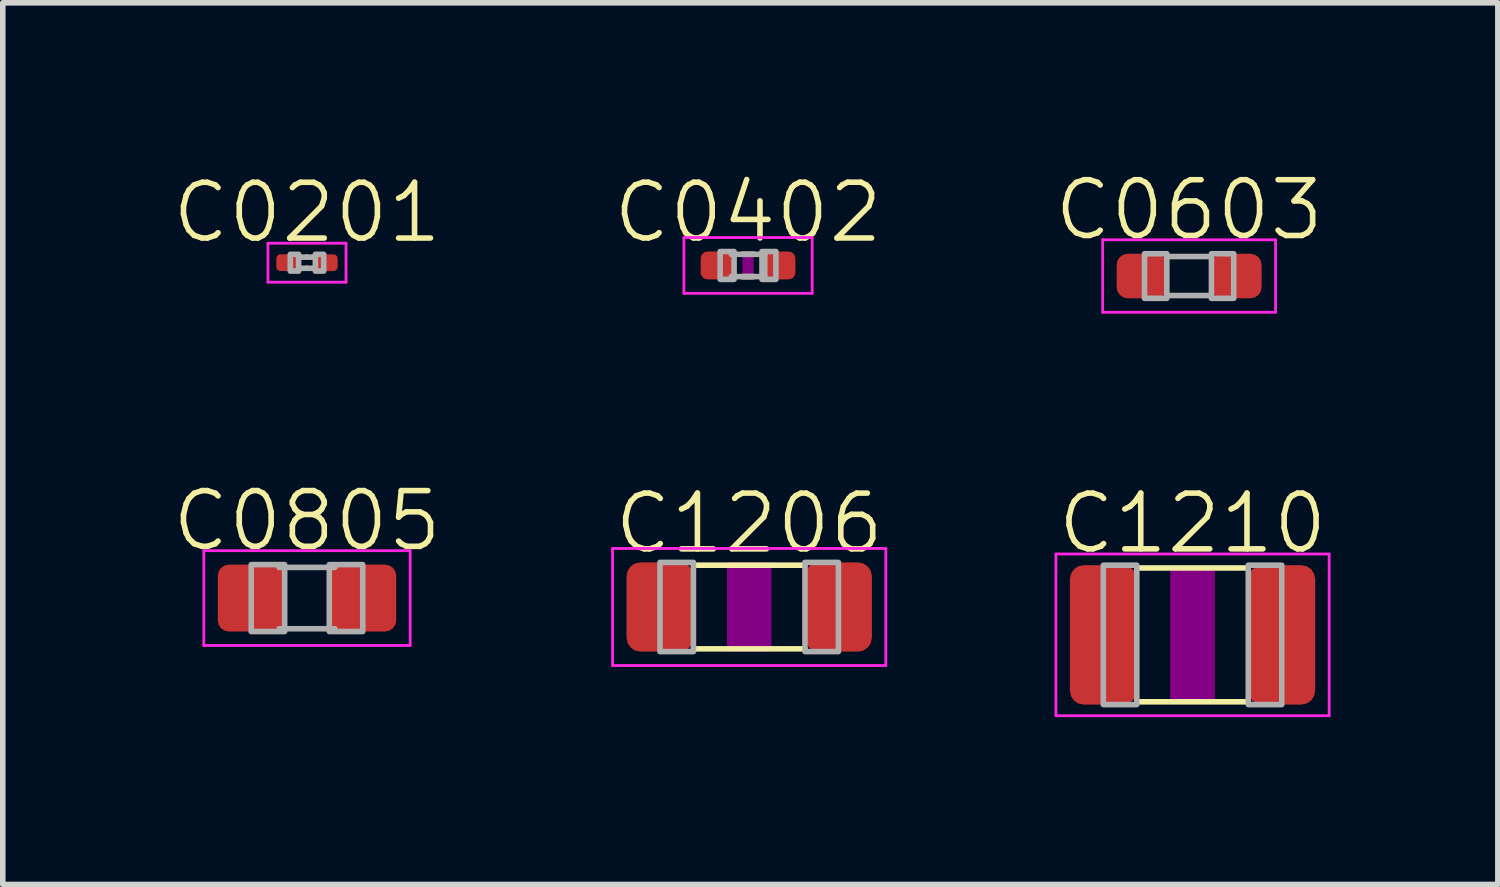
<source format=kicad_pcb>
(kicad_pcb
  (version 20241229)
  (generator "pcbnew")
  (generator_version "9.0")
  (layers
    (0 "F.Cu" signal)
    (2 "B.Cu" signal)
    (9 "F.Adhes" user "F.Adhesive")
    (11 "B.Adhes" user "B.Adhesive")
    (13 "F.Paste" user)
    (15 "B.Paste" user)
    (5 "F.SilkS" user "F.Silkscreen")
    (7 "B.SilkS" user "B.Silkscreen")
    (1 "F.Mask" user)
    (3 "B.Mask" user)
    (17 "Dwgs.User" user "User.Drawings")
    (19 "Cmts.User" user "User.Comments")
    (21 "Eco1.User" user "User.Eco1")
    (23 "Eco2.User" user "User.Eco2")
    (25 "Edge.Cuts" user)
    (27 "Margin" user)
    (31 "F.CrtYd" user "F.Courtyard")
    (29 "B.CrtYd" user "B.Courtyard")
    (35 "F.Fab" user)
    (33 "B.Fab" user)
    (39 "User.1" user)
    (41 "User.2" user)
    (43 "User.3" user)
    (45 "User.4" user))
  (footprint "C1206"
    (layer "F.Cu")
    (at 10.385 7.835)
    (property "Reference" "C1206" (at 0 -1.5 0) (layer "F.SilkS") (effects (font (size 1 1) (thickness 0.1))))
    (attr smd)
    (fp_line (start -1 -0.75) (end 1 -0.75) (stroke (width 0.1) (type solid)) (layer "F.SilkS"))
    (fp_line (start 1 0.75) (end -1 0.75) (stroke (width 0.1) (type solid)) (layer "F.SilkS"))
    (fp_poly (pts (xy -0.4 0.8) (xy 0.4 0.8) (xy 0.4 -0.8) (xy -0.4 -0.8)) (stroke (width 0) (type solid)) (fill yes) (layer "F.Adhes"))
    (fp_line (start -2.45 -1.05) (end 2.45 -1.05) (stroke (width 0.05) (type solid)) (layer "F.CrtYd"))
    (fp_line (start -2.45 1.05) (end -2.45 -1.05) (stroke (width 0.05) (type solid)) (layer "F.CrtYd"))
    (fp_line (start 2.45 -1.05) (end 2.45 1.05) (stroke (width 0.05) (type solid)) (layer "F.CrtYd"))
    (fp_line (start 2.45 1.05) (end -2.45 1.05) (stroke (width 0.05) (type solid)) (layer "F.CrtYd"))
    (fp_poly (pts (xy -1.6 0.8) (xy -1 0.8) (xy -1 -0.8) (xy -1.6 -0.8)) (stroke (width 0.1) (type solid)) (fill no) (layer "F.Fab"))
    (fp_poly (pts (xy 1 0.8) (xy 1.6 0.8) (xy 1.6 -0.8) (xy 1 -0.8)) (stroke (width 0.1) (type solid)) (fill no) (layer "F.Fab"))
    (pad "1" smd roundrect (at -1.6 0) (size 1.2 1.6) (layers "F.Cu" "F.Mask" "F.Paste") (roundrect_rratio 0.208))
    (pad "2" smd roundrect (at 1.6 0) (size 1.2 1.6) (layers "F.Cu" "F.Mask" "F.Paste") (roundrect_rratio 0.208)))
  (footprint "C0805"
    (layer "F.Cu")
    (at 2.455 7.675)
    (property "Reference" "C0805" (at 0 -0.8 0) (layer "F.SilkS") (effects (font (size 1 1) (thickness 0.1)) (justify bottom)))
    (attr through_hole)
    (fp_line (start -1.85 -0.85) (end 1.85 -0.85) (stroke (width 0.05) (type solid)) (layer "F.CrtYd"))
    (fp_line (start -1.85 0.85) (end -1.85 -0.85) (stroke (width 0.05) (type solid)) (layer "F.CrtYd"))
    (fp_line (start 1.85 -0.85) (end 1.85 0.85) (stroke (width 0.05) (type solid)) (layer "F.CrtYd"))
    (fp_line (start 1.85 0.85) (end -1.85 0.85) (stroke (width 0.05) (type solid)) (layer "F.CrtYd"))
    (fp_line (start -0.5 -0.55) (end 0.5 -0.55) (stroke (width 0.1) (type solid)) (layer "F.Fab"))
    (fp_line (start 0.5 0.55) (end -0.5 0.55) (stroke (width 0.1) (type solid)) (layer "F.Fab"))
    (fp_poly (pts (xy -1 0.6) (xy -0.4 0.6) (xy -0.4 -0.6) (xy -1 -0.6)) (stroke (width 0.1) (type solid)) (fill no) (layer "F.Fab"))
    (fp_poly (pts (xy 0.4 0.6) (xy 1 0.6) (xy 1 -0.6) (xy 0.4 -0.6)) (stroke (width 0.1) (type solid)) (fill no) (layer "F.Fab"))
    (pad "1" smd roundrect (at -1 0) (size 1.2 1.2) (layers "F.Cu" "F.Mask" "F.Paste") (roundrect_rratio 0.167))
    (pad "2" smd roundrect (at 1 0) (size 1.2 1.2) (layers "F.Cu" "F.Mask" "F.Paste") (roundrect_rratio 0.167)))
  (footprint "C0402"
    (layer "F.Cu")
    (at 10.364 1.71)
    (property "Reference" "C0402" (at 0 -0.95 0) (layer "F.SilkS") (effects (font (size 1 1) (thickness 0.1))))
    (attr smd)
    (fp_line (start -0.1 0.2) (end 0.1 0.2) (stroke (width 0.1) (type solid)) (layer "F.SilkS"))
    (fp_line (start 0.1 -0.2) (end -0.1 -0.2) (stroke (width 0.1) (type solid)) (layer "F.SilkS"))
    (fp_poly (pts (xy -0.1 0.25) (xy 0.1 0.25) (xy 0.1 -0.25) (xy -0.1 -0.25)) (stroke (width 0) (type solid)) (fill yes) (layer "F.Adhes"))
    (fp_line (start -1.15 -0.5) (end 1.15 -0.5) (stroke (width 0.05) (type solid)) (layer "F.CrtYd"))
    (fp_line (start -1.15 0.5) (end -1.15 -0.5) (stroke (width 0.05) (type solid)) (layer "F.CrtYd"))
    (fp_line (start 1.15 -0.5) (end 1.15 0.5) (stroke (width 0.05) (type solid)) (layer "F.CrtYd"))
    (fp_line (start 1.15 0.5) (end -1.15 0.5) (stroke (width 0.05) (type solid)) (layer "F.CrtYd"))
    (fp_line (start -0.3 -0.2) (end 0.3 -0.2) (stroke (width 0.1) (type default)) (layer "F.Fab"))
    (fp_line (start 0.3 -0.2) (end 0.3 0.2) (stroke (width 0.1) (type default)) (layer "F.Fab"))
    (fp_line (start 0.3 0.2) (end -0.3 0.2) (stroke (width 0.1) (type default)) (layer "F.Fab"))
    (fp_poly (pts (xy -0.5 0.25) (xy -0.25 0.25) (xy -0.25 -0.25) (xy -0.5 -0.25)) (stroke (width 0.1) (type solid)) (fill no) (layer "F.Fab"))
    (fp_poly (pts (xy 0.25 0.25) (xy 0.5 0.25) (xy 0.5 -0.25) (xy 0.25 -0.25)) (stroke (width 0.1) (type solid)) (fill no) (layer "F.Fab"))
    (pad "1" smd roundrect (at -0.55 0) (size 0.6 0.5) (layers "F.Cu" "F.Mask" "F.Paste") (roundrect_rratio 0.25))
    (pad "2" smd roundrect (at 0.55 0) (size 0.6 0.5) (layers "F.Cu" "F.Mask" "F.Paste") (roundrect_rratio 0.25)))
  (footprint "C0201"
    (layer "F.Cu")
    (at 2.455 1.661)
    (property "Reference" "C0201" (at 0 -0.9 0) (layer "F.SilkS") (effects (font (size 1 1) (thickness 0.1))))
    (attr smd)
    (fp_line (start 0 -0.1) (end 0 -0.1) (stroke (width 0.1) (type default)) (layer "F.SilkS"))
    (fp_line (start 0 0.1) (end 0 0.1) (stroke (width 0.1) (type default)) (layer "F.SilkS"))
    (fp_line (start -0.7 -0.35) (end 0.7 -0.35) (stroke (width 0.05) (type solid)) (layer "F.CrtYd"))
    (fp_line (start -0.7 0.35) (end -0.7 -0.35) (stroke (width 0.05) (type solid)) (layer "F.CrtYd"))
    (fp_line (start 0.7 -0.35) (end 0.7 0.35) (stroke (width 0.05) (type solid)) (layer "F.CrtYd"))
    (fp_line (start 0.7 0.35) (end -0.7 0.35) (stroke (width 0.05) (type solid)) (layer "F.CrtYd"))
    (fp_line (start -0.15 -0.1) (end 0.15 -0.1) (stroke (width 0.1) (type default)) (layer "F.Fab"))
    (fp_line (start -0.15 0.1) (end 0.15 0.1) (stroke (width 0.1) (type default)) (layer "F.Fab"))
    (fp_rect (start -0.3 -0.15) (end -0.15 0.15) (stroke (width 0.1) (type solid)) (fill no) (layer "F.Fab"))
    (fp_rect (start 0.15 -0.15) (end 0.3 0.15) (stroke (width 0.1) (type solid)) (fill no) (layer "F.Fab"))
    (pad "1" smd roundrect (at -0.35 0) (size 0.4 0.3) (layers "F.Cu" "F.Mask" "F.Paste") (roundrect_rratio 0.25))
    (pad "2" smd roundrect (at 0.35 0) (size 0.4 0.3) (layers "F.Cu" "F.Mask" "F.Paste") (roundrect_rratio 0.25)))
  (footprint "C0603"
    (layer "F.Cu")
    (at 18.274 1.9)
    (property "Reference" "C0603" (at 0 -0.6 0) (layer "F.SilkS") (effects (font (size 1 1) (thickness 0.1)) (justify bottom)))
    (attr through_hole)
    (fp_line (start -1.55 -0.65) (end -1.55 0.65) (stroke (width 0.05) (type solid)) (layer "F.CrtYd"))
    (fp_line (start -1.55 0.65) (end 1.55 0.65) (stroke (width 0.05) (type solid)) (layer "F.CrtYd"))
    (fp_line (start 1.55 -0.65) (end -1.55 -0.65) (stroke (width 0.05) (type solid)) (layer "F.CrtYd"))
    (fp_line (start 1.55 0.65) (end 1.55 -0.65) (stroke (width 0.05) (type solid)) (layer "F.CrtYd"))
    (fp_line (start -0.4 -0.35) (end 0.4 -0.35) (stroke (width 0.1) (type solid)) (layer "F.Fab"))
    (fp_line (start 0.4 0.35) (end -0.4 0.35) (stroke (width 0.1) (type solid)) (layer "F.Fab"))
    (fp_poly (pts (xy -0.8 0.4) (xy -0.4 0.4) (xy -0.4 -0.4) (xy -0.8 -0.4)) (stroke (width 0.1) (type solid)) (fill no) (layer "F.Fab"))
    (fp_poly (pts (xy 0.4 0.4) (xy 0.8 0.4) (xy 0.8 -0.4) (xy 0.4 -0.4)) (stroke (width 0.1) (type solid)) (fill no) (layer "F.Fab"))
    (pad "1" smd roundrect (at -0.85 0) (size 0.9 0.8) (layers "F.Cu" "F.Mask" "F.Paste") (roundrect_rratio 0.25))
    (pad "2" smd roundrect (at 0.85 0) (size 0.9 0.8) (layers "F.Cu" "F.Mask" "F.Paste") (roundrect_rratio 0.25)))
  (footprint "C1210"
    (layer "F.Cu")
    (at 18.335 8.335)
    (property "Reference" "C1210" (at 0 -2 0) (layer "F.SilkS") (effects (font (size 1 1) (thickness 0.1))))
    (attr smd)
    (fp_line (start -1 -1.2) (end 1 -1.2) (stroke (width 0.1) (type solid)) (layer "F.SilkS"))
    (fp_line (start 1 1.2) (end -1 1.2) (stroke (width 0.1) (type solid)) (layer "F.SilkS"))
    (fp_poly (pts (xy -0.4 1.2) (xy 0.4 1.2) (xy 0.4 -1.2) (xy -0.4 -1.2)) (stroke (width 0) (type solid)) (fill yes) (layer "F.Adhes"))
    (fp_line (start -2.45 -1.45) (end 2.45 -1.45) (stroke (width 0.05) (type solid)) (layer "F.CrtYd"))
    (fp_line (start -2.45 1.45) (end -2.45 -1.45) (stroke (width 0.05) (type solid)) (layer "F.CrtYd"))
    (fp_line (start 2.45 -1.45) (end 2.45 1.45) (stroke (width 0.05) (type solid)) (layer "F.CrtYd"))
    (fp_line (start 2.45 1.45) (end -2.45 1.45) (stroke (width 0.05) (type solid)) (layer "F.CrtYd"))
    (fp_poly (pts (xy -1.6 1.25) (xy -1 1.25) (xy -1 -1.25) (xy -1.6 -1.25)) (stroke (width 0.1) (type solid)) (fill no) (layer "F.Fab"))
    (fp_poly (pts (xy 1 1.25) (xy 1.6 1.25) (xy 1.6 -1.25) (xy 1 -1.25)) (stroke (width 0.1) (type solid)) (fill no) (layer "F.Fab"))
    (pad "1" smd roundrect (at -1.6 0) (size 1.2 2.5) (layers "F.Cu" "F.Mask" "F.Paste") (roundrect_rratio 0.208))
    (pad "2" smd roundrect (at 1.6 0) (size 1.2 2.5) (layers "F.Cu" "F.Mask" "F.Paste") (roundrect_rratio 0.208)))
  (gr_rect
    (start -3 -3)
    (end 23.81 12.81)
    (stroke (width 0.1) (type default))
    (fill no)
    (layer "Edge.Cuts")))
</source>
